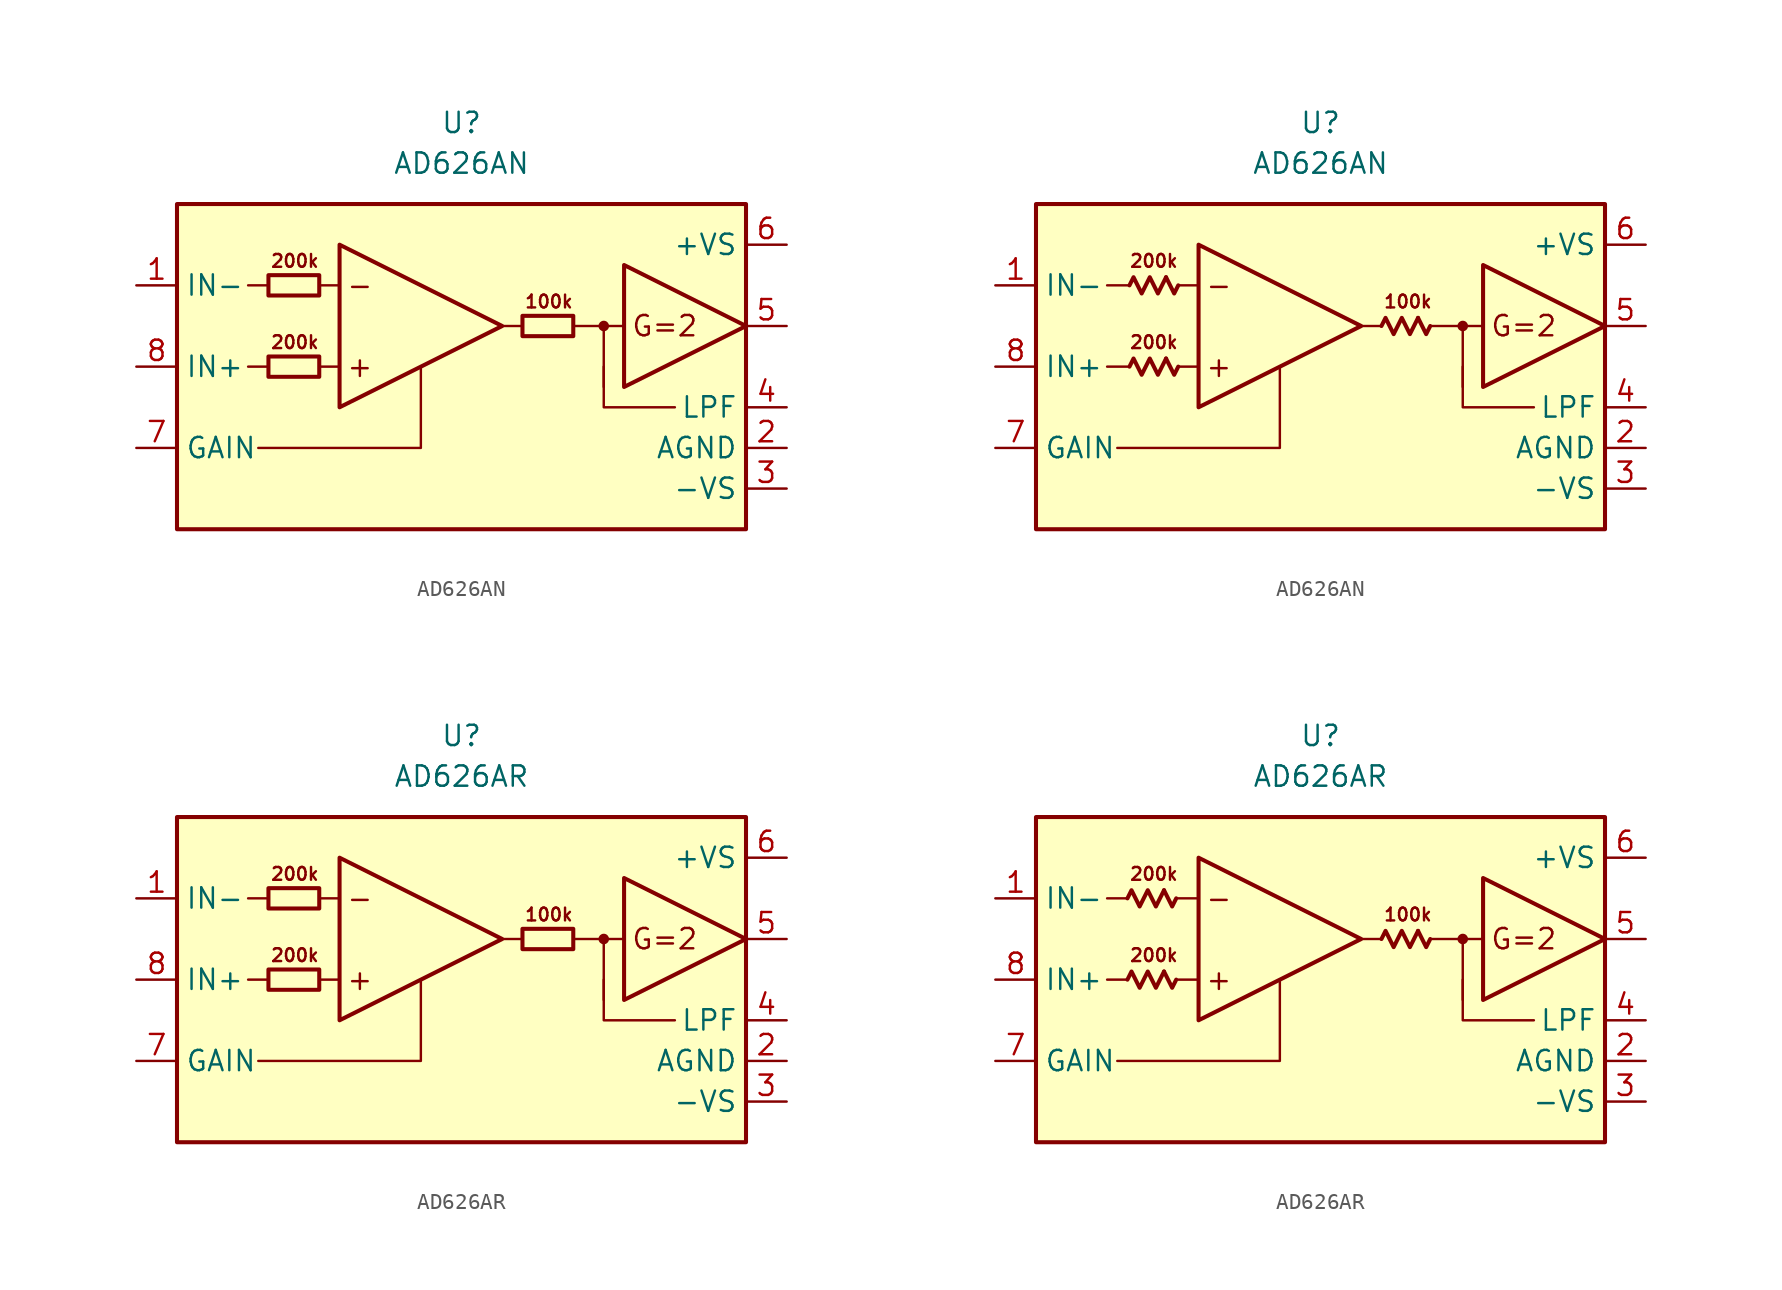
<source format=kicad_sym>
(kicad_symbol_lib
  (version 20231120)
  (generator "kicad_symbol_editor")
  (generator_version "8.0")
  (symbol "AD626AN"
    (property "Reference" "U"
      (at 0 15.24 0)
      (effects (font (size 1.27 1.27))))
    (property "Value" "AD626AN"
      (at 0 12.7 0)
      (effects (font (size 1.27 1.27))))
    (symbol "AD626AN_0_0"
      (rectangle (start -17.78 10.16) (end 17.78 -10.16) (stroke (width 0.254) (type default)) (fill (type background)))
      (polyline (pts (xy -12.065 0) (xy -13.335 0)) (stroke (width 0.152) (type default)) (fill (type none)))
      (polyline (pts (xy -12.065 5.08) (xy -13.335 5.08)) (stroke (width 0.152) (type default)) (fill (type none)))
      (polyline (pts (xy -7.62 0) (xy -8.89 0)) (stroke (width 0.152) (type default)) (fill (type none)))
      (polyline (pts (xy -7.62 5.08) (xy -8.89 5.08)) (stroke (width 0.152) (type default)) (fill (type none)))
      (polyline (pts (xy 3.81 2.54) (xy 2.54 2.54)) (stroke (width 0.152) (type default)) (fill (type none)))
      (polyline (pts (xy 8.89 2.54) (xy 8.89 -1.27)) (stroke (width 0.152) (type default)) (fill (type none)))
      (polyline (pts (xy 10.16 2.54) (xy 6.985 2.54)) (stroke (width 0.152) (type default)) (fill (type none)))
      (polyline (pts (xy -2.54 0) (xy -2.54 -5.08) (xy -12.7 -5.08)) (stroke (width 0.152) (type default)) (fill (type none)))
      (polyline (pts (xy 8.89 0) (xy 8.89 -2.54) (xy 13.335 -2.54)) (stroke (width 0.152) (type default)) (fill (type none)))
      (polyline (pts (xy -7.62 7.62) (xy -7.62 -2.54) (xy 2.54 2.54) (xy -7.62 7.62)) (stroke (width 0.254) (type default)) (fill (type none)))
      (polyline (pts (xy 10.16 6.35) (xy 10.16 -1.27) (xy 17.78 2.54) (xy 10.16 6.35)) (stroke (width 0.254) (type default)) (fill (type none)))
      (circle (center 8.89 2.54) (radius 0.254) (stroke (width 0.152) (type default)) (fill (type outline)))
      (text "+" (at -6.35 0 0) (effects (font (size 1.27 1.27))))
      (text "-" (at -6.35 5.08 0) (effects (font (size 1.27 1.27))))
      (text "100k" (at 5.461 4.064 0) (effects (font (size 0.8 0.8))))
      (text "200k" (at -10.414 1.524 0) (effects (font (size 0.8 0.8))))
      (text "200k" (at -10.414 6.604 0) (effects (font (size 0.8 0.8))))
      (text "G=2" (at 12.7 2.54 0) (effects (font (size 1.27 1.27)))))
    (symbol "AD626AN_0_1"
      (rectangle (start -12.065 0.635) (end -8.89 -0.635) (stroke (width 0.254) (type default)) (fill (type none)))
      (rectangle (start -12.065 5.715) (end -8.89 4.445) (stroke (width 0.254) (type default)) (fill (type none)))
      (rectangle (start 3.81 3.175) (end 6.985 1.905) (stroke (width 0.254) (type default)) (fill (type none))))
    (symbol "AD626AN_0_2"
      (polyline (pts (xy -9.652 0.508) (xy -9.144 -0.508) (xy -8.89 0)) (stroke (width 0.254) (type default)) (fill (type none)))
      (polyline (pts (xy -9.652 5.588) (xy -9.144 4.572) (xy -8.89 5.08)) (stroke (width 0.254) (type default)) (fill (type none)))
      (polyline (pts (xy 6.096 3.048) (xy 6.604 2.032) (xy 6.858 2.54)) (stroke (width 0.254) (type default)) (fill (type none)))
      (polyline (pts (xy -11.938 0) (xy -11.684 0.508) (xy -11.176 -0.508) (xy -10.668 0.508) (xy -10.16 -0.508) (xy -9.652 0.508)) (stroke (width 0.254) (type default)) (fill (type none)))
      (polyline (pts (xy -11.938 5.08) (xy -11.684 5.588) (xy -11.176 4.572) (xy -10.668 5.588) (xy -10.16 4.572) (xy -9.652 5.588)) (stroke (width 0.254) (type default)) (fill (type none)))
      (polyline (pts (xy 3.81 2.54) (xy 4.064 3.048) (xy 4.572 2.032) (xy 5.08 3.048) (xy 5.588 2.032) (xy 6.096 3.048)) (stroke (width 0.254) (type default)) (fill (type none))))
    (symbol "AD626AN_1_1"
      (pin input line (at -20.32 5.08 0) (length 2.54) (name "IN-" (effects (font (size 1.27 1.27)))) (number "1" (effects (font (size 1.27 1.27)))))
      (pin power_in line (at 20.32 -5.08 180) (length 2.54) (name "AGND" (effects (font (size 1.27 1.27)))) (number "2" (effects (font (size 1.27 1.27)))))
      (pin power_in line (at 20.32 -7.62 180) (length 2.54) (name "-VS" (effects (font (size 1.27 1.27)))) (number "3" (effects (font (size 1.27 1.27)))))
      (pin passive line (at 20.32 -2.54 180) (length 2.54) (name "LPF" (effects (font (size 1.27 1.27)))) (number "4" (effects (font (size 1.27 1.27)))))
      (pin output line (at 20.32 2.54 180) (length 2.54) (name "~" (effects (font (size 1.27 1.27)))) (number "5" (effects (font (size 1.27 1.27)))))
      (pin power_in line (at 20.32 7.62 180) (length 2.54) (name "+VS" (effects (font (size 1.27 1.27)))) (number "6" (effects (font (size 1.27 1.27)))))
      (pin input line (at -20.32 -5.08 0) (length 2.54) (name "GAIN" (effects (font (size 1.27 1.27)))) (number "7" (effects (font (size 1.27 1.27)))))
      (pin input line (at -20.32 0 0) (length 2.54) (name "IN+" (effects (font (size 1.27 1.27)))) (number "8" (effects (font (size 1.27 1.27))))))
    (symbol "AD626AN_1_2"
      (pin input line (at -20.32 5.08 0) (length 2.54) (name "IN-" (effects (font (size 1.27 1.27)))) (number "1" (effects (font (size 1.27 1.27)))))
      (pin power_in line (at 20.32 -5.08 180) (length 2.54) (name "AGND" (effects (font (size 1.27 1.27)))) (number "2" (effects (font (size 1.27 1.27)))))
      (pin power_in line (at 20.32 -7.62 180) (length 2.54) (name "-VS" (effects (font (size 1.27 1.27)))) (number "3" (effects (font (size 1.27 1.27)))))
      (pin passive line (at 20.32 -2.54 180) (length 2.54) (name "LPF" (effects (font (size 1.27 1.27)))) (number "4" (effects (font (size 1.27 1.27)))))
      (pin output line (at 20.32 2.54 180) (length 2.54) (name "~" (effects (font (size 1.27 1.27)))) (number "5" (effects (font (size 1.27 1.27)))))
      (pin power_in line (at 20.32 7.62 180) (length 2.54) (name "+VS" (effects (font (size 1.27 1.27)))) (number "6" (effects (font (size 1.27 1.27)))))
      (pin input line (at -20.32 -5.08 0) (length 2.54) (name "GAIN" (effects (font (size 1.27 1.27)))) (number "7" (effects (font (size 1.27 1.27)))))
      (pin input line (at -20.32 0 0) (length 2.54) (name "IN+" (effects (font (size 1.27 1.27)))) (number "8" (effects (font (size 1.27 1.27)))))))
  (symbol "AD626AR"
    (property "Reference" "U"
      (at 0 15.24 0)
      (effects (font (size 1.27 1.27))))
    (property "Value" "AD626AR"
      (at 0 12.7 0)
      (effects (font (size 1.27 1.27))))
    (symbol "AD626AR_0_0"
      (rectangle (start -17.78 10.16) (end 17.78 -10.16) (stroke (width 0.254) (type default)) (fill (type background)))
      (polyline (pts (xy -12.065 0) (xy -13.335 0)) (stroke (width 0.152) (type default)) (fill (type none)))
      (polyline (pts (xy -12.065 5.08) (xy -13.335 5.08)) (stroke (width 0.152) (type default)) (fill (type none)))
      (polyline (pts (xy -7.62 0) (xy -8.89 0)) (stroke (width 0.152) (type default)) (fill (type none)))
      (polyline (pts (xy -7.62 5.08) (xy -8.89 5.08)) (stroke (width 0.152) (type default)) (fill (type none)))
      (polyline (pts (xy 3.81 2.54) (xy 2.54 2.54)) (stroke (width 0.152) (type default)) (fill (type none)))
      (polyline (pts (xy 8.89 2.54) (xy 8.89 -1.27)) (stroke (width 0.152) (type default)) (fill (type none)))
      (polyline (pts (xy 10.16 2.54) (xy 6.985 2.54)) (stroke (width 0.152) (type default)) (fill (type none)))
      (polyline (pts (xy -2.54 0) (xy -2.54 -5.08) (xy -12.7 -5.08)) (stroke (width 0.152) (type default)) (fill (type none)))
      (polyline (pts (xy 8.89 0) (xy 8.89 -2.54) (xy 13.335 -2.54)) (stroke (width 0.152) (type default)) (fill (type none)))
      (polyline (pts (xy -7.62 7.62) (xy -7.62 -2.54) (xy 2.54 2.54) (xy -7.62 7.62)) (stroke (width 0.254) (type default)) (fill (type none)))
      (polyline (pts (xy 10.16 6.35) (xy 10.16 -1.27) (xy 17.78 2.54) (xy 10.16 6.35)) (stroke (width 0.254) (type default)) (fill (type none)))
      (circle (center 8.89 2.54) (radius 0.254) (stroke (width 0.152) (type default)) (fill (type outline)))
      (text "+" (at -6.35 0 0) (effects (font (size 1.27 1.27))))
      (text "-" (at -6.35 5.08 0) (effects (font (size 1.27 1.27))))
      (text "100k" (at 5.461 4.064 0) (effects (font (size 0.8 0.8))))
      (text "200k" (at -10.414 1.524 0) (effects (font (size 0.8 0.8))))
      (text "200k" (at -10.414 6.604 0) (effects (font (size 0.8 0.8))))
      (text "G=2" (at 12.7 2.54 0) (effects (font (size 1.27 1.27)))))
    (symbol "AD626AR_0_1"
      (rectangle (start -12.065 0.635) (end -8.89 -0.635) (stroke (width 0.254) (type default)) (fill (type none)))
      (rectangle (start -12.065 5.715) (end -8.89 4.445) (stroke (width 0.254) (type default)) (fill (type none)))
      (rectangle (start 3.81 3.175) (end 6.985 1.905) (stroke (width 0.254) (type default)) (fill (type none))))
    (symbol "AD626AR_0_2"
      (polyline (pts (xy -9.779 0.508) (xy -9.271 -0.508) (xy -9.017 0)) (stroke (width 0.254) (type default)) (fill (type none)))
      (polyline (pts (xy -9.779 5.588) (xy -9.271 4.572) (xy -9.017 5.08)) (stroke (width 0.254) (type default)) (fill (type none)))
      (polyline (pts (xy 6.096 3.048) (xy 6.604 2.032) (xy 6.858 2.54)) (stroke (width 0.254) (type default)) (fill (type none)))
      (polyline (pts (xy -12.065 0) (xy -11.811 0.508) (xy -11.303 -0.508) (xy -10.795 0.508) (xy -10.287 -0.508) (xy -9.779 0.508)) (stroke (width 0.254) (type default)) (fill (type none)))
      (polyline (pts (xy -12.065 5.08) (xy -11.811 5.588) (xy -11.303 4.572) (xy -10.795 5.588) (xy -10.287 4.572) (xy -9.779 5.588)) (stroke (width 0.254) (type default)) (fill (type none)))
      (polyline (pts (xy 3.81 2.54) (xy 4.064 3.048) (xy 4.572 2.032) (xy 5.08 3.048) (xy 5.588 2.032) (xy 6.096 3.048)) (stroke (width 0.254) (type default)) (fill (type none))))
    (symbol "AD626AR_1_1"
      (pin input line (at -20.32 5.08 0) (length 2.54) (name "IN-" (effects (font (size 1.27 1.27)))) (number "1" (effects (font (size 1.27 1.27)))))
      (pin power_in line (at 20.32 -5.08 180) (length 2.54) (name "AGND" (effects (font (size 1.27 1.27)))) (number "2" (effects (font (size 1.27 1.27)))))
      (pin power_in line (at 20.32 -7.62 180) (length 2.54) (name "-VS" (effects (font (size 1.27 1.27)))) (number "3" (effects (font (size 1.27 1.27)))))
      (pin passive line (at 20.32 -2.54 180) (length 2.54) (name "LPF" (effects (font (size 1.27 1.27)))) (number "4" (effects (font (size 1.27 1.27)))))
      (pin output line (at 20.32 2.54 180) (length 2.54) (name "~" (effects (font (size 1.27 1.27)))) (number "5" (effects (font (size 1.27 1.27)))))
      (pin power_in line (at 20.32 7.62 180) (length 2.54) (name "+VS" (effects (font (size 1.27 1.27)))) (number "6" (effects (font (size 1.27 1.27)))))
      (pin input line (at -20.32 -5.08 0) (length 2.54) (name "GAIN" (effects (font (size 1.27 1.27)))) (number "7" (effects (font (size 1.27 1.27)))))
      (pin input line (at -20.32 0 0) (length 2.54) (name "IN+" (effects (font (size 1.27 1.27)))) (number "8" (effects (font (size 1.27 1.27))))))
    (symbol "AD626AR_1_2"
      (pin input line (at -20.32 5.08 0) (length 2.54) (name "IN-" (effects (font (size 1.27 1.27)))) (number "1" (effects (font (size 1.27 1.27)))))
      (pin power_in line (at 20.32 -5.08 180) (length 2.54) (name "AGND" (effects (font (size 1.27 1.27)))) (number "2" (effects (font (size 1.27 1.27)))))
      (pin power_in line (at 20.32 -7.62 180) (length 2.54) (name "-VS" (effects (font (size 1.27 1.27)))) (number "3" (effects (font (size 1.27 1.27)))))
      (pin passive line (at 20.32 -2.54 180) (length 2.54) (name "LPF" (effects (font (size 1.27 1.27)))) (number "4" (effects (font (size 1.27 1.27)))))
      (pin output line (at 20.32 2.54 180) (length 2.54) (name "~" (effects (font (size 1.27 1.27)))) (number "5" (effects (font (size 1.27 1.27)))))
      (pin power_in line (at 20.32 7.62 180) (length 2.54) (name "+VS" (effects (font (size 1.27 1.27)))) (number "6" (effects (font (size 1.27 1.27)))))
      (pin input line (at -20.32 -5.08 0) (length 2.54) (name "GAIN" (effects (font (size 1.27 1.27)))) (number "7" (effects (font (size 1.27 1.27)))))
      (pin input line (at -20.32 0 0) (length 2.54) (name "IN+" (effects (font (size 1.27 1.27)))) (number "8" (effects (font (size 1.27 1.27))))))))
</source>
